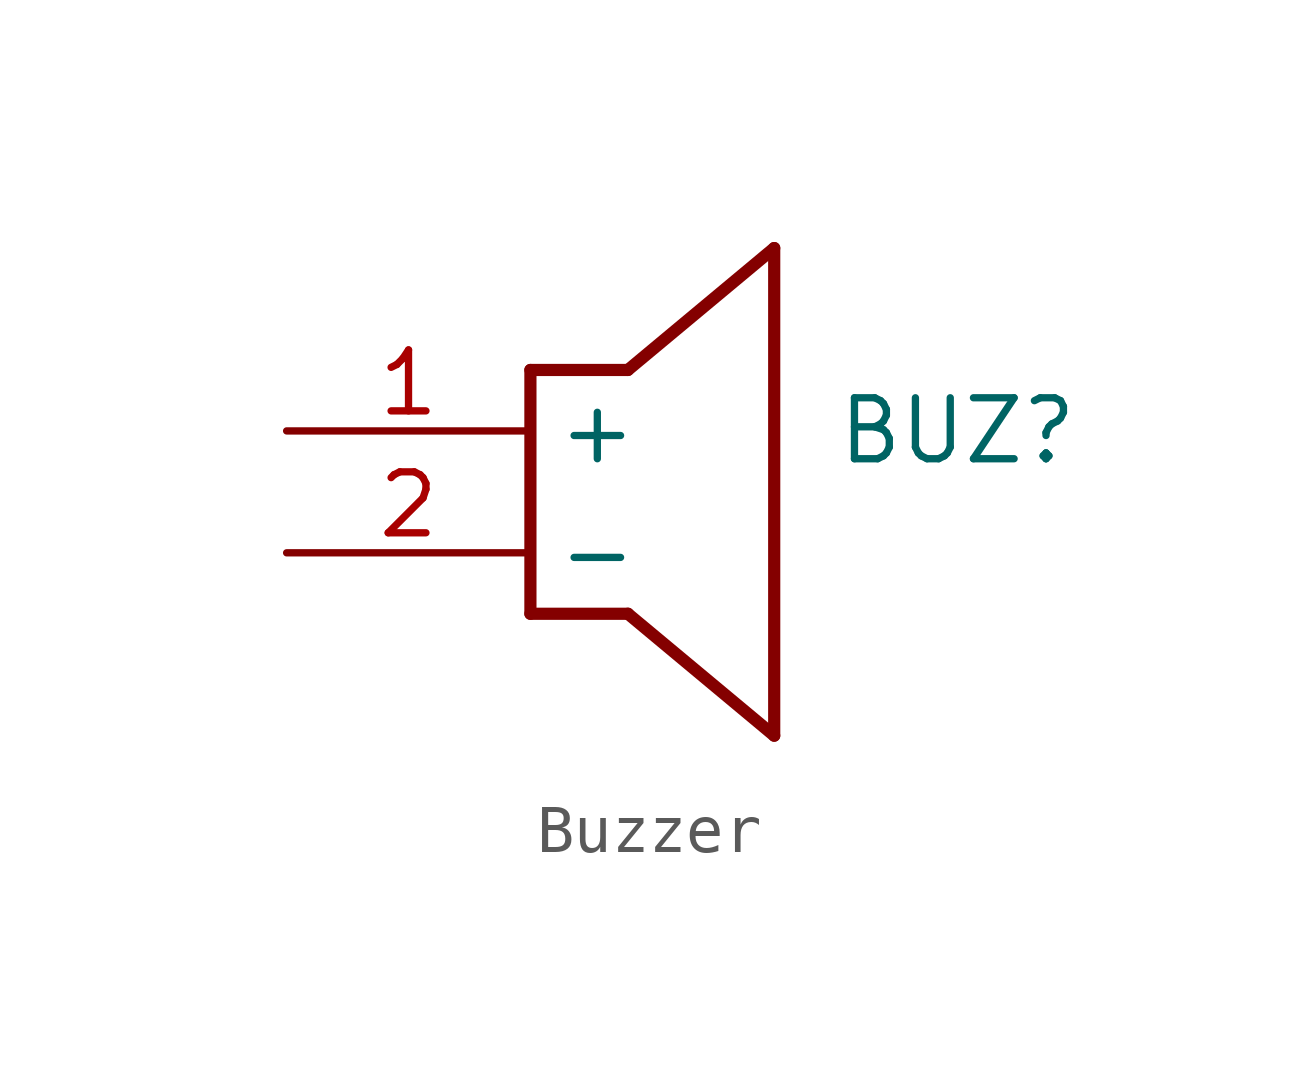
<source format=kicad_sym>
(kicad_symbol_lib
  (version 20241209)
  (generator "kicad_symbol_editor")
  (generator_version "9.0")
  (symbol "Buzzer"
    (property "Reference" "BUZ"
      (at 11.43 0.0001 0)
      (effects (font (size 1.27 1.27)) (justify left)))
    (symbol "Buzzer_1_1"
      (polyline (pts (xy 5.08 1.27) (xy 5.08 -3.81)) (stroke (width 0.254) (type default)) (fill (type none)))
      (polyline (pts (xy 5.08 1.27) (xy 7.112 1.27)) (stroke (width 0.254) (type default)) (fill (type none)))
      (polyline (pts (xy 7.112 -3.81) (xy 5.08 -3.81)) (stroke (width 0.254) (type default)) (fill (type none)))
      (polyline (pts (xy 7.112 -3.81) (xy 10.16 -6.35)) (stroke (width 0.254) (type default)) (fill (type none)))
      (polyline (pts (xy 10.16 3.81) (xy 7.112 1.27)) (stroke (width 0.254) (type default)) (fill (type none)))
      (polyline (pts (xy 10.16 3.81) (xy 10.16 -6.35)) (stroke (width 0.254) (type default)) (fill (type none)))
      (pin passive line (at 0 0 0) (length 5.08) (name "+" (effects (font (size 1.27 1.27)))) (number "1" (effects (font (size 1.27 1.27)))))
      (pin passive line (at 0 -2.54 0) (length 5.08) (name "-" (effects (font (size 1.27 1.27)))) (number "2" (effects (font (size 1.27 1.27))))))))
</source>
